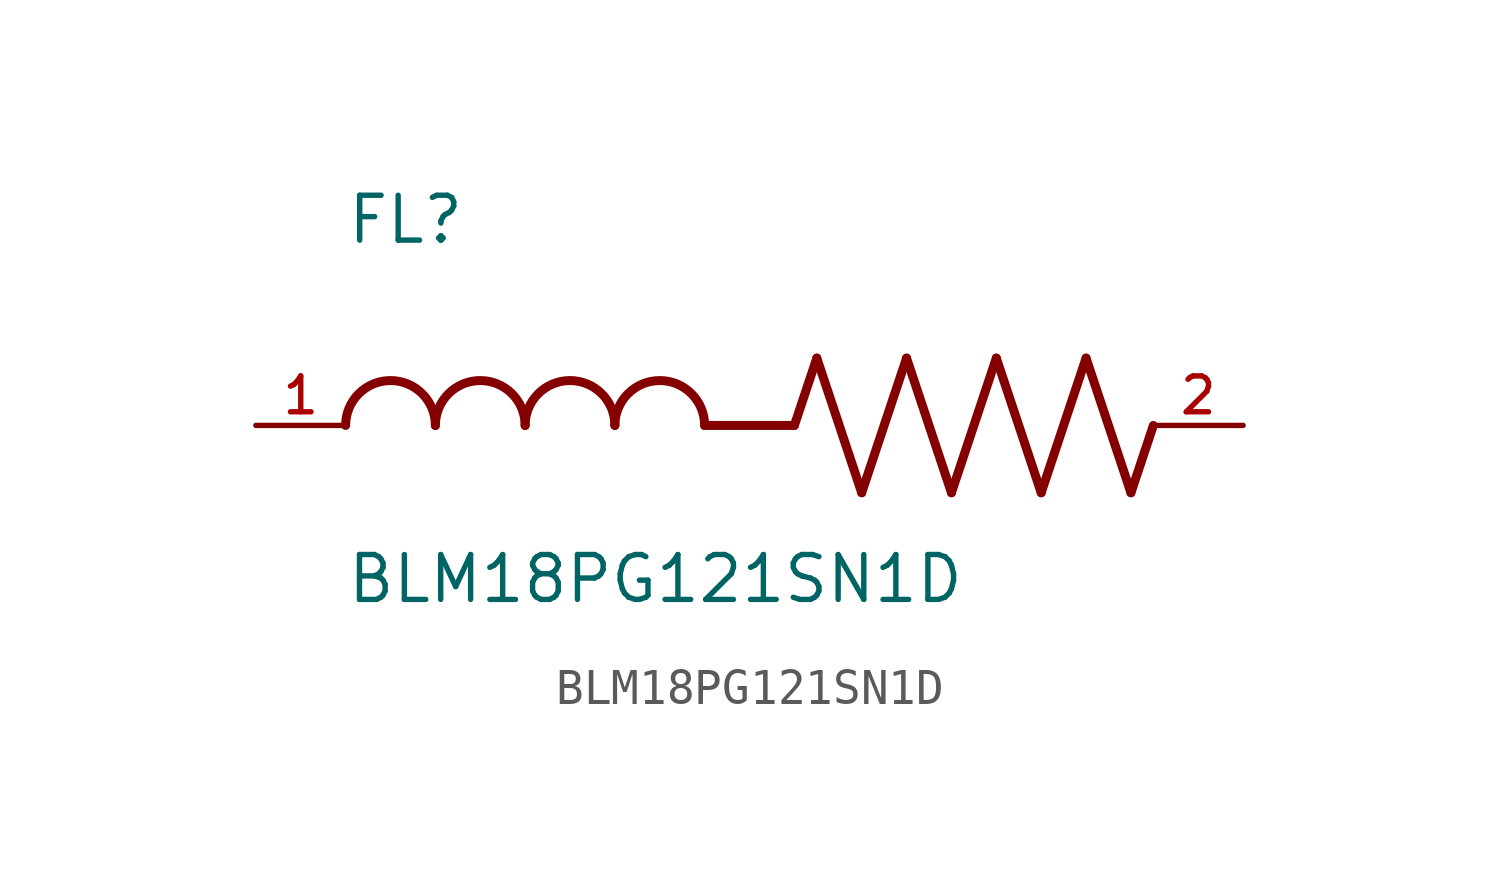
<source format=kicad_sym>
(kicad_symbol_lib
  (version 20211014)
  (generator kicad_symbol_editor)
  (symbol "BLM18PG121SN1D"
    (pin_names
      (offset 1.016))
    (property "Reference" "FL"
      (at -12.704 5.081 0)
      (effects (font (size 1.27 1.27)) (justify bottom left)))
    (property "Value" "BLM18PG121SN1D"
      (at -12.71 -5.087 0)
      (effects (font (size 1.27 1.27)) (justify bottom left)))
    (symbol "BLM18PG121SN1D_0_0"
      (polyline (pts (xy 0.0 0.0) (xy 0.635 1.905)) (stroke (width 0.254)))
      (polyline (pts (xy 0.635 1.905) (xy 1.905 -1.905)) (stroke (width 0.254)))
      (polyline (pts (xy 1.905 -1.905) (xy 3.175 1.905)) (stroke (width 0.254)))
      (polyline (pts (xy 3.175 1.905) (xy 4.445 -1.905)) (stroke (width 0.254)))
      (polyline (pts (xy 4.445 -1.905) (xy 5.715 1.905)) (stroke (width 0.254)))
      (polyline (pts (xy 5.715 1.905) (xy 6.985 -1.905)) (stroke (width 0.254)))
      (polyline (pts (xy 6.985 -1.905) (xy 8.255 1.905)) (stroke (width 0.254)))
      (polyline (pts (xy 8.255 1.905) (xy 9.525 -1.905)) (stroke (width 0.254)))
      (polyline (pts (xy 9.525 -1.905) (xy 10.16 0.0)) (stroke (width 0.254)))
      (arc (start -10.16 0.0) (mid -11.43 1.27) (end -12.7 0.0) (stroke (width 0.254) (type default) (color 0 0 0 0)) (fill (type none)))
      (arc (start -7.62 0.0) (mid -8.89 1.27) (end -10.16 0.0) (stroke (width 0.254) (type default) (color 0 0 0 0)) (fill (type none)))
      (arc (start -5.08 0.0) (mid -6.35 1.27) (end -7.62 0.0) (stroke (width 0.254) (type default) (color 0 0 0 0)) (fill (type none)))
      (arc (start -2.54 0.0) (mid -3.81 1.27) (end -5.08 0.0) (stroke (width 0.254) (type default) (color 0 0 0 0)) (fill (type none)))
      (polyline (pts (xy 0.0 0.0) (xy -2.54 0.0)) (stroke (width 0.254)))
      (pin passive line (at 12.7 0.0 180.0) (length 2.54) (name "~" (effects (font (size 1.016 1.016)))) (number "2" (effects (font (size 1.016 1.016)))))
      (pin passive line (at -15.24 0.0 0) (length 2.54) (name "~" (effects (font (size 1.016 1.016)))) (number "1" (effects (font (size 1.016 1.016))))))))
</source>
